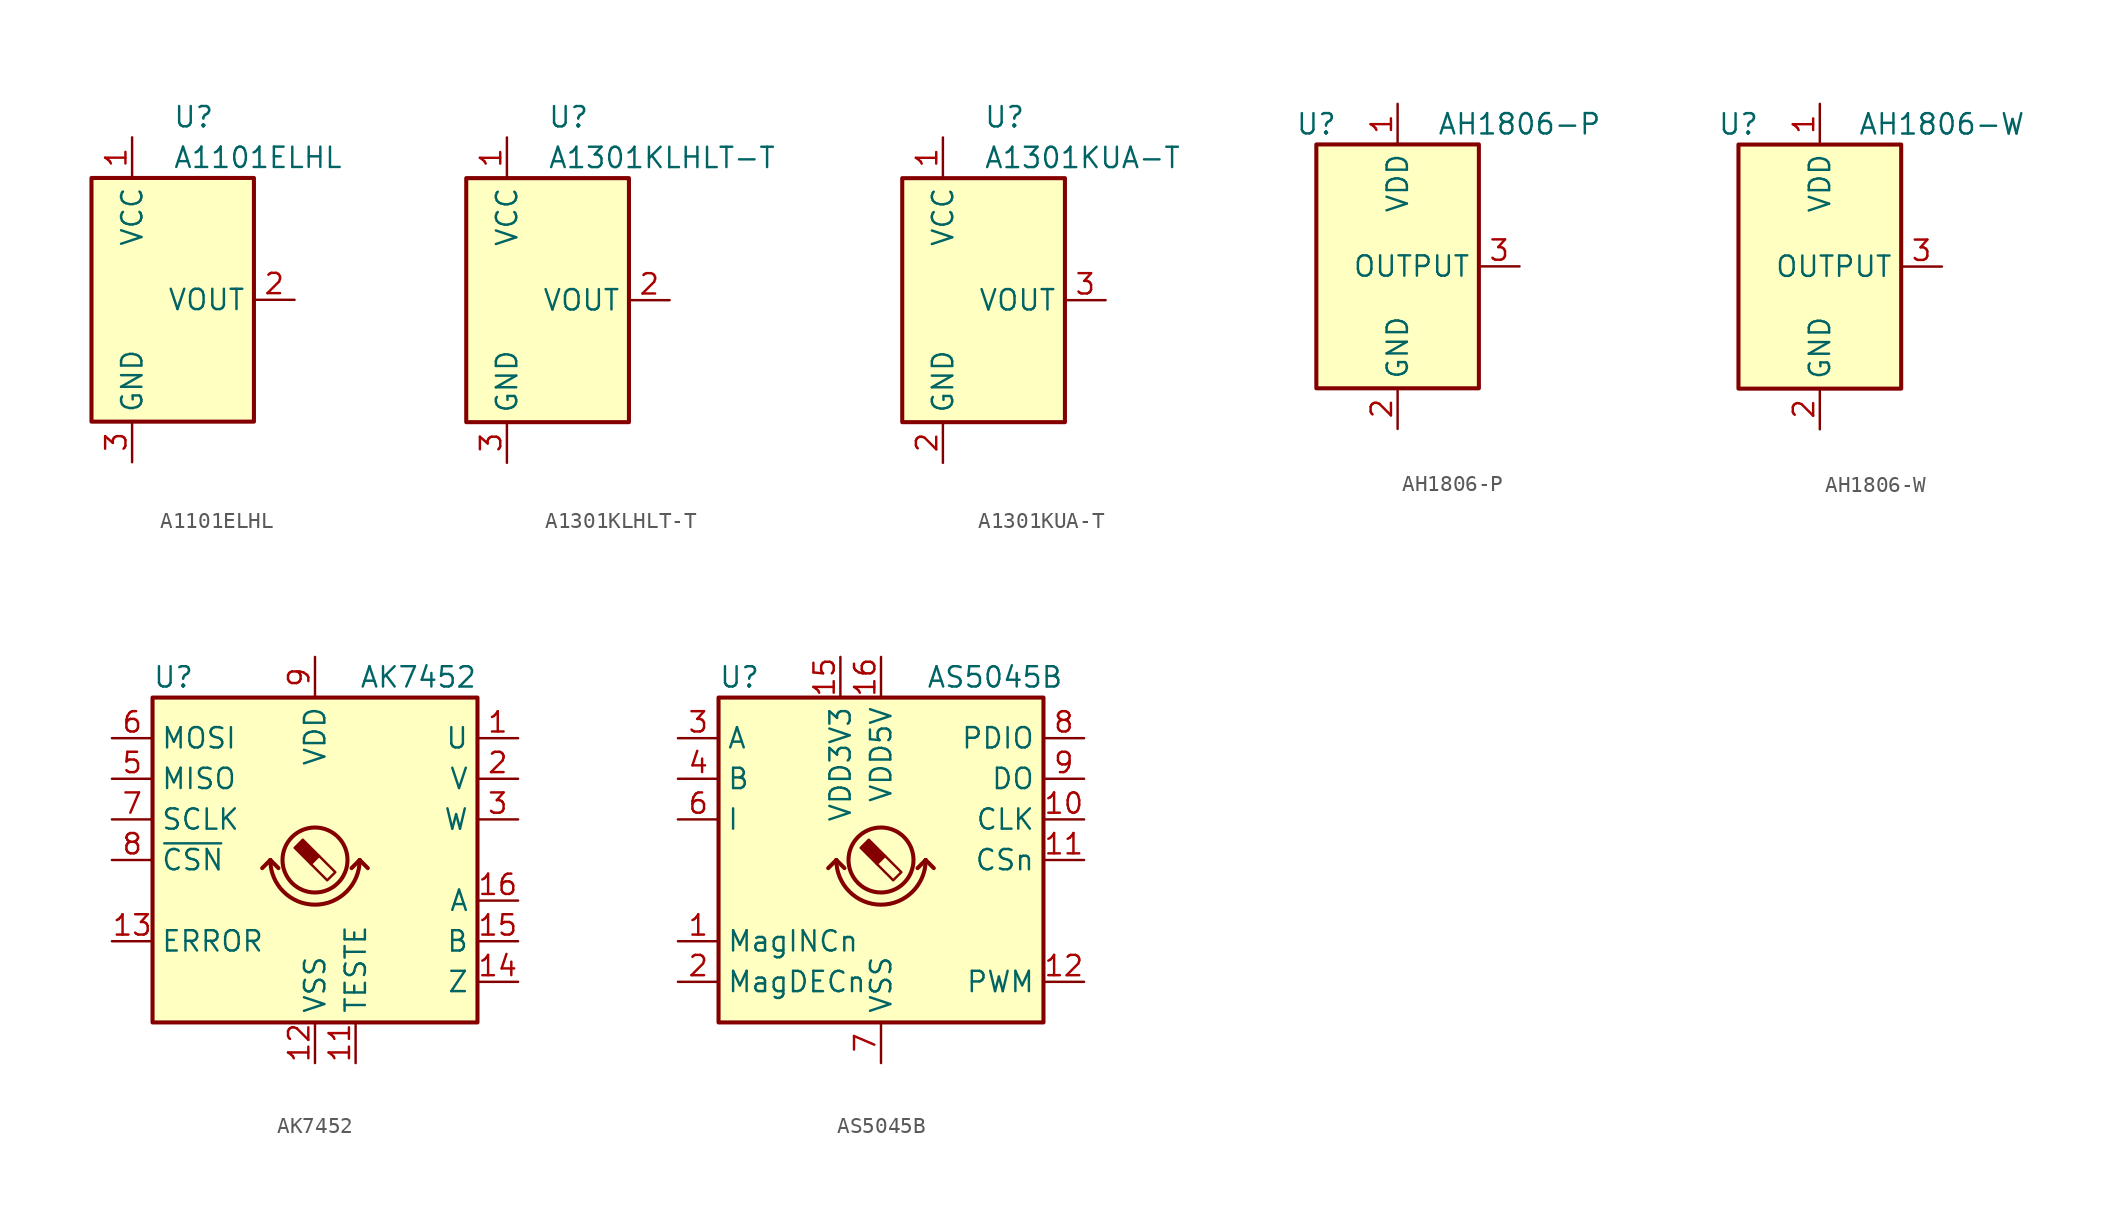
<source format=kicad_sym>
(kicad_symbol_lib
  (version 20201005)
  (generator kicad_symbol_editor)
  (symbol "A1101ELHL"
    (property "Reference" "U"
      (at 0 11.43 0)
      (effects (font (size 1.27 1.27)) (justify left)))
    (property "Value" "A1101ELHL"
      (at 0 8.89 0)
      (effects (font (size 1.27 1.27)) (justify left)))
    (symbol "A1101ELHL_0_1"
      (rectangle (start -5.08 7.62) (end 5.08 -7.62) (stroke (width 0.254)) (fill (type background))))
    (symbol "A1101ELHL_1_1"
      (pin power_in line (at -2.54 10.16 270) (length 2.54) (name "VCC" (effects (font (size 1.27 1.27)))) (number "1" (effects (font (size 1.27 1.27)))))
      (pin open_collector line (at 7.62 0 180) (length 2.54) (name "VOUT" (effects (font (size 1.27 1.27)))) (number "2" (effects (font (size 1.27 1.27)))))
      (pin power_in line (at -2.54 -10.16 90) (length 2.54) (name "GND" (effects (font (size 1.27 1.27)))) (number "3" (effects (font (size 1.27 1.27)))))))
  (symbol "A1301KLHLT-T"
    (property "Reference" "U"
      (at 0 11.43 0)
      (effects (font (size 1.27 1.27)) (justify left)))
    (property "Value" "A1301KLHLT-T"
      (at 0 8.89 0)
      (effects (font (size 1.27 1.27)) (justify left)))
    (symbol "A1301KLHLT-T_0_1"
      (rectangle (start -5.08 7.62) (end 5.08 -7.62) (stroke (width 0.254)) (fill (type background))))
    (symbol "A1301KLHLT-T_1_1"
      (pin power_in line (at -2.54 10.16 270) (length 2.54) (name "VCC" (effects (font (size 1.27 1.27)))) (number "1" (effects (font (size 1.27 1.27)))))
      (pin output line (at 7.62 0 180) (length 2.54) (name "VOUT" (effects (font (size 1.27 1.27)))) (number "2" (effects (font (size 1.27 1.27)))))
      (pin power_in line (at -2.54 -10.16 90) (length 2.54) (name "GND" (effects (font (size 1.27 1.27)))) (number "3" (effects (font (size 1.27 1.27)))))))
  (symbol "A1301KUA-T"
    (property "Reference" "U"
      (at 0 11.43 0)
      (effects (font (size 1.27 1.27)) (justify left)))
    (property "Value" "A1301KUA-T"
      (at 0 8.89 0)
      (effects (font (size 1.27 1.27)) (justify left)))
    (symbol "A1301KUA-T_0_1"
      (rectangle (start -5.08 7.62) (end 5.08 -7.62) (stroke (width 0.254)) (fill (type background))))
    (symbol "A1301KUA-T_1_1"
      (pin power_in line (at -2.54 10.16 270) (length 2.54) (name "VCC" (effects (font (size 1.27 1.27)))) (number "1" (effects (font (size 1.27 1.27)))))
      (pin power_in line (at -2.54 -10.16 90) (length 2.54) (name "GND" (effects (font (size 1.27 1.27)))) (number "2" (effects (font (size 1.27 1.27)))))
      (pin output line (at 7.62 0 180) (length 2.54) (name "VOUT" (effects (font (size 1.27 1.27)))) (number "3" (effects (font (size 1.27 1.27)))))))
  (symbol "AH1806-P"
    (property "Reference" "U"
      (at -5.08 8.89 0)
      (effects (font (size 1.27 1.27))))
    (property "Value" "AH1806-P"
      (at 7.62 8.89 0)
      (effects (font (size 1.27 1.27))))
    (symbol "AH1806-P_0_1"
      (rectangle (start 5.08 7.62) (end -5.08 -7.62) (stroke (width 0.254)) (fill (type background))))
    (symbol "AH1806-P_1_1"
      (pin power_in line (at 0 10.16 270) (length 2.54) (name "VDD" (effects (font (size 1.27 1.27)))) (number "1" (effects (font (size 1.27 1.27)))))
      (pin power_in line (at 0 -10.16 90) (length 2.54) (name "GND" (effects (font (size 1.27 1.27)))) (number "2" (effects (font (size 1.27 1.27)))))
      (pin open_collector line (at 7.62 0 180) (length 2.54) (name "OUTPUT" (effects (font (size 1.27 1.27)))) (number "3" (effects (font (size 1.27 1.27)))))))
  (symbol "AH1806-W"
    (property "Reference" "U"
      (at -5.08 8.89 0)
      (effects (font (size 1.27 1.27))))
    (property "Value" "AH1806-W"
      (at 7.62 8.89 0)
      (effects (font (size 1.27 1.27))))
    (symbol "AH1806-W_0_1"
      (rectangle (start 5.08 7.62) (end -5.08 -7.62) (stroke (width 0.254)) (fill (type background))))
    (symbol "AH1806-W_1_1"
      (pin power_in line (at 0 10.16 270) (length 2.54) (name "VDD" (effects (font (size 1.27 1.27)))) (number "1" (effects (font (size 1.27 1.27)))))
      (pin power_in line (at 0 -10.16 90) (length 2.54) (name "GND" (effects (font (size 1.27 1.27)))) (number "2" (effects (font (size 1.27 1.27)))))
      (pin open_collector line (at 7.62 0 180) (length 2.54) (name "OUTPUT" (effects (font (size 1.27 1.27)))) (number "3" (effects (font (size 1.27 1.27)))))))
  (symbol "AK7452"
    (property "Reference" "U"
      (at -10.16 11.43 0)
      (effects (font (size 1.27 1.27)) (justify left)))
    (property "Value" "AK7452"
      (at 10.16 11.43 0)
      (effects (font (size 1.27 1.27)) (justify right)))
    (symbol "AK7452_0_1"
      (arc (start -2.794 0) (end 2.794 0) (radius (at 0 0) (length 2.794) (angles -179.9 -0.1)) (stroke (width 0.254)) (fill (type none)))
      (rectangle (start -10.16 10.16) (end 10.16 -10.16) (stroke (width 0.254)) (fill (type background)))
      (polyline (pts (xy -2.794 0) (xy -3.302 -0.508)) (stroke (width 0.254)) (fill (type none)))
      (polyline (pts (xy -2.794 0) (xy -2.286 -0.508)) (stroke (width 0.254)) (fill (type none)))
      (polyline (pts (xy 2.794 0) (xy 2.286 -0.508)) (stroke (width 0.254)) (fill (type none)))
      (polyline (pts (xy 2.794 0) (xy 3.302 -0.508)) (stroke (width 0.254)) (fill (type none))))
    (symbol "AK7452_1_1"
      (circle (center 0 0) (radius 2.032) (stroke (width 0.254)) (fill (type none)))
      (polyline (pts (xy 0.254 0.254) (xy 1.27 -0.762) (xy 0.762 -1.27) (xy -0.254 -0.254)) (stroke (width 0)) (fill (type none)))
      (polyline (pts (xy -0.762 1.27) (xy 0.254 0.254) (xy -0.254 -0.254) (xy -1.27 0.762) (xy -1.016 1.016) (xy -0.762 1.27) (xy -0.635 1.143)) (stroke (width 0)) (fill (type outline)))
      (pin output line (at 12.7 7.62 180) (length 2.54) (name "U" (effects (font (size 1.27 1.27)))) (number "1" (effects (font (size 1.27 1.27)))))
      (pin no_connect line (at 7.62 -10.16 90) (length 2.54) hide (name "NC" (effects (font (size 1.27 1.27)))) (number "10" (effects (font (size 1.27 1.27)))))
      (pin passive line (at 2.54 -12.7 90) (length 2.54) (name "TESTE" (effects (font (size 1.27 1.27)))) (number "11" (effects (font (size 1.27 1.27)))))
      (pin power_in line (at 0 -12.7 90) (length 2.54) (name "VSS" (effects (font (size 1.27 1.27)))) (number "12" (effects (font (size 1.27 1.27)))))
      (pin output line (at -12.7 -5.08 0) (length 2.54) (name "ERROR" (effects (font (size 1.27 1.27)))) (number "13" (effects (font (size 1.27 1.27)))))
      (pin output line (at 12.7 -7.62 180) (length 2.54) (name "Z" (effects (font (size 1.27 1.27)))) (number "14" (effects (font (size 1.27 1.27)))))
      (pin output line (at 12.7 -5.08 180) (length 2.54) (name "B" (effects (font (size 1.27 1.27)))) (number "15" (effects (font (size 1.27 1.27)))))
      (pin output line (at 12.7 -2.54 180) (length 2.54) (name "A" (effects (font (size 1.27 1.27)))) (number "16" (effects (font (size 1.27 1.27)))))
      (pin output line (at 12.7 5.08 180) (length 2.54) (name "V" (effects (font (size 1.27 1.27)))) (number "2" (effects (font (size 1.27 1.27)))))
      (pin output line (at 12.7 2.54 180) (length 2.54) (name "W" (effects (font (size 1.27 1.27)))) (number "3" (effects (font (size 1.27 1.27)))))
      (pin no_connect line (at 5.08 -10.16 90) (length 2.54) hide (name "NC" (effects (font (size 1.27 1.27)))) (number "4" (effects (font (size 1.27 1.27)))))
      (pin output line (at -12.7 5.08 0) (length 2.54) (name "MISO" (effects (font (size 1.27 1.27)))) (number "5" (effects (font (size 1.27 1.27)))))
      (pin input line (at -12.7 7.62 0) (length 2.54) (name "MOSI" (effects (font (size 1.27 1.27)))) (number "6" (effects (font (size 1.27 1.27)))))
      (pin input line (at -12.7 2.54 0) (length 2.54) (name "SCLK" (effects (font (size 1.27 1.27)))) (number "7" (effects (font (size 1.27 1.27)))))
      (pin input line (at -12.7 0 0) (length 2.54) (name "~CSN" (effects (font (size 1.27 1.27)))) (number "8" (effects (font (size 1.27 1.27)))))
      (pin power_in line (at 0 12.7 270) (length 2.54) (name "VDD" (effects (font (size 1.27 1.27)))) (number "9" (effects (font (size 1.27 1.27)))))))
  (symbol "AS5045B"
    (property "Reference" "U"
      (at -10.16 11.43 0)
      (effects (font (size 1.27 1.27)) (justify left)))
    (property "Value" "AS5045B"
      (at 11.43 11.43 0)
      (effects (font (size 1.27 1.27)) (justify right)))
    (symbol "AS5045B_0_1"
      (arc (start -2.794 0) (end 2.794 0) (radius (at 0 0) (length 2.794) (angles -179.9 -0.1)) (stroke (width 0.254)) (fill (type none)))
      (circle (center 0 0) (radius 2.032) (stroke (width 0.254)) (fill (type none)))
      (rectangle (start -10.16 10.16) (end 10.16 -10.16) (stroke (width 0.254)) (fill (type background)))
      (polyline (pts (xy -2.794 0) (xy -3.302 -0.508)) (stroke (width 0.254)) (fill (type none)))
      (polyline (pts (xy -2.794 0) (xy -2.286 -0.508)) (stroke (width 0.254)) (fill (type none)))
      (polyline (pts (xy 2.794 0) (xy 2.286 -0.508)) (stroke (width 0.254)) (fill (type none)))
      (polyline (pts (xy 2.794 0) (xy 3.302 -0.508)) (stroke (width 0.254)) (fill (type none)))
      (polyline (pts (xy 0.254 0.254) (xy 1.27 -0.762) (xy 0.762 -1.27) (xy -0.254 -0.254)) (stroke (width 0)) (fill (type none)))
      (polyline (pts (xy -0.762 1.27) (xy 0.254 0.254) (xy -0.254 -0.254) (xy -1.27 0.762) (xy -1.016 1.016) (xy -0.762 1.27) (xy -0.635 1.143)) (stroke (width 0)) (fill (type outline))))
    (symbol "AS5045B_1_1"
      (pin open_collector line (at -12.7 -5.08 0) (length 2.54) (name "MagINCn" (effects (font (size 1.27 1.27)))) (number "1" (effects (font (size 1.27 1.27)))))
      (pin input line (at 12.7 2.54 180) (length 2.54) (name "CLK" (effects (font (size 1.27 1.27)))) (number "10" (effects (font (size 1.27 1.27)))))
      (pin input line (at 12.7 0 180) (length 2.54) (name "CSn" (effects (font (size 1.27 1.27)))) (number "11" (effects (font (size 1.27 1.27)))))
      (pin output line (at 12.7 -7.62 180) (length 2.54) (name "PWM" (effects (font (size 1.27 1.27)))) (number "12" (effects (font (size 1.27 1.27)))))
      (pin no_connect line (at 10.16 -5.08 180) (length 2.54) hide (name "NC" (effects (font (size 1.27 1.27)))) (number "13" (effects (font (size 1.27 1.27)))))
      (pin no_connect line (at 2.54 -10.16 90) (length 2.54) hide (name "NC" (effects (font (size 1.27 1.27)))) (number "14" (effects (font (size 1.27 1.27)))))
      (pin power_in line (at -2.54 12.7 270) (length 2.54) (name "VDD3V3" (effects (font (size 1.27 1.27)))) (number "15" (effects (font (size 1.27 1.27)))))
      (pin power_in line (at 0 12.7 270) (length 2.54) (name "VDD5V" (effects (font (size 1.27 1.27)))) (number "16" (effects (font (size 1.27 1.27)))))
      (pin open_collector line (at -12.7 -7.62 0) (length 2.54) (name "MagDECn" (effects (font (size 1.27 1.27)))) (number "2" (effects (font (size 1.27 1.27)))))
      (pin output line (at -12.7 7.62 0) (length 2.54) (name "A" (effects (font (size 1.27 1.27)))) (number "3" (effects (font (size 1.27 1.27)))))
      (pin output line (at -12.7 5.08 0) (length 2.54) (name "B" (effects (font (size 1.27 1.27)))) (number "4" (effects (font (size 1.27 1.27)))))
      (pin no_connect line (at 10.16 -2.54 180) (length 2.54) hide (name "NC" (effects (font (size 1.27 1.27)))) (number "5" (effects (font (size 1.27 1.27)))))
      (pin output line (at -12.7 2.54 0) (length 2.54) (name "I" (effects (font (size 1.27 1.27)))) (number "6" (effects (font (size 1.27 1.27)))))
      (pin power_in line (at 0 -12.7 90) (length 2.54) (name "VSS" (effects (font (size 1.27 1.27)))) (number "7" (effects (font (size 1.27 1.27)))))
      (pin input line (at 12.7 7.62 180) (length 2.54) (name "PDIO" (effects (font (size 1.27 1.27)))) (number "8" (effects (font (size 1.27 1.27)))))
      (pin output line (at 12.7 5.08 180) (length 2.54) (name "DO" (effects (font (size 1.27 1.27)))) (number "9" (effects (font (size 1.27 1.27))))))))
</source>
